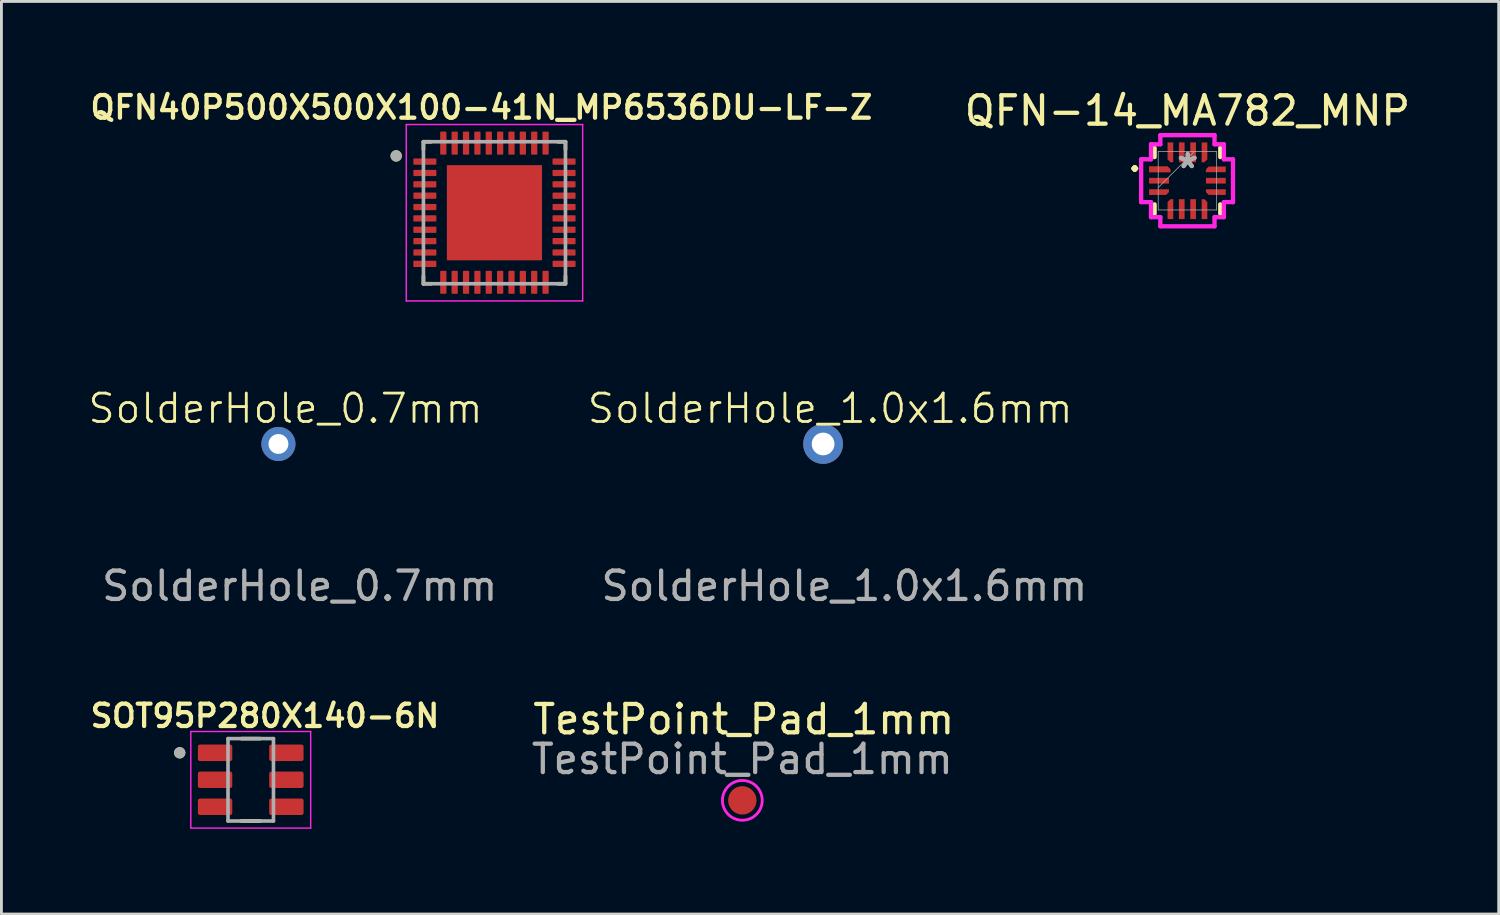
<source format=kicad_pcb>
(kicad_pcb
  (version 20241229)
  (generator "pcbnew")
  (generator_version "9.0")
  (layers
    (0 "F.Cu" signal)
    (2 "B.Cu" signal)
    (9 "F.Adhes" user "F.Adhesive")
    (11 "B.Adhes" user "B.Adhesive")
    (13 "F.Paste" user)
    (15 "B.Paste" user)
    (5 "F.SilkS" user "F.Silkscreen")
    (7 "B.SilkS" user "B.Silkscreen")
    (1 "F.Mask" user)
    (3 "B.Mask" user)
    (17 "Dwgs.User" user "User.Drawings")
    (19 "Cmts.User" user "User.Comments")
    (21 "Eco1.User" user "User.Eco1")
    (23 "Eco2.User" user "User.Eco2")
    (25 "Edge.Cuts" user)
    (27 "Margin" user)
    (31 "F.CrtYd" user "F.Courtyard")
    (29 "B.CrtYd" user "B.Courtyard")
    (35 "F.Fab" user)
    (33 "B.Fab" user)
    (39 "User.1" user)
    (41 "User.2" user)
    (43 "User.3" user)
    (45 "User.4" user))
  (footprint "QFN-14_MA782_MNP"
    (layer "F.Cu")
    (at 38.753 3.312)
    (property "Reference" "QFN-14_MA782_MNP" (at 0 -2.464 0) (unlocked yes) (layer "F.SilkS") (effects (font (size 1 1) (thickness 0.15))))
    (attr smd)
    (fp_poly (pts (xy -0.65 0.3) (xy -1.35 0.3) (xy -1.35 0.5) (xy -0.75 0.5) (xy -0.65 0.4)) (stroke (width 0) (type solid)) (fill yes) (layer "F.Cu"))
    (fp_poly (pts (xy -0.6 -0.3) (xy -1.35 -0.3) (xy -1.35 -0.5) (xy -0.7 -0.5) (xy -0.6 -0.4)) (stroke (width 0) (type solid)) (fill yes) (layer "F.Cu"))
    (fp_poly (pts (xy -0.6 -0.3) (xy -1.35 -0.3) (xy -1.35 -0.5) (xy -0.7 -0.5) (xy -0.6 -0.4)) (stroke (width 0) (type solid)) (fill yes) (layer "F.Cu"))
    (fp_poly (pts (xy -0.5 -0.65) (xy -0.5 -1.35) (xy -0.7 -1.35) (xy -0.7 -0.75) (xy -0.6 -0.65)) (stroke (width 0) (type solid)) (fill yes) (layer "F.Cu"))
    (fp_poly (pts (xy -0.5 0.65) (xy -0.5 1.35) (xy -0.7 1.35) (xy -0.7 0.75) (xy -0.6 0.65)) (stroke (width 0) (type solid)) (fill yes) (layer "F.Cu"))
    (fp_poly (pts (xy 0.5 -0.65) (xy 0.5 -1.35) (xy 0.7 -1.35) (xy 0.7 -0.75) (xy 0.6 -0.65)) (stroke (width 0) (type solid)) (fill yes) (layer "F.Cu"))
    (fp_poly (pts (xy 0.5 0.65) (xy 0.5 1.35) (xy 0.7 1.35) (xy 0.7 0.75) (xy 0.6 0.65)) (stroke (width 0) (type solid)) (fill yes) (layer "F.Cu"))
    (fp_poly (pts (xy 0.65 -0.3) (xy 1.35 -0.3) (xy 1.35 -0.5) (xy 0.75 -0.5) (xy 0.65 -0.4)) (stroke (width 0) (type solid)) (fill yes) (layer "F.Cu"))
    (fp_poly (pts (xy 0.65 0.3) (xy 1.35 0.3) (xy 1.35 0.5) (xy 0.75 0.5) (xy 0.65 0.4)) (stroke (width 0) (type solid)) (fill yes) (layer "F.Cu"))
    (fp_poly (pts (xy -0.65 0.3) (xy -1.35 0.3) (xy -1.35 0.5) (xy -0.75 0.5) (xy -0.65 0.4)) (stroke (width 0) (type solid)) (fill yes) (layer "F.Mask"))
    (fp_poly (pts (xy -0.6 -0.3) (xy -1.35 -0.3) (xy -1.35 -0.5) (xy -0.7 -0.5) (xy -0.6 -0.4)) (stroke (width 0) (type solid)) (fill yes) (layer "F.Mask"))
    (fp_poly (pts (xy -0.5 -0.65) (xy -0.5 -1.35) (xy -0.7 -1.35) (xy -0.7 -0.75) (xy -0.6 -0.65)) (stroke (width 0) (type solid)) (fill yes) (layer "F.Mask"))
    (fp_poly (pts (xy -0.5 0.65) (xy -0.5 1.35) (xy -0.7 1.35) (xy -0.7 0.75) (xy -0.6 0.65)) (stroke (width 0) (type solid)) (fill yes) (layer "F.Mask"))
    (fp_poly (pts (xy 0.5 -0.65) (xy 0.5 -1.35) (xy 0.7 -1.35) (xy 0.7 -0.75) (xy 0.6 -0.65)) (stroke (width 0) (type solid)) (fill yes) (layer "F.Mask"))
    (fp_poly (pts (xy 0.5 0.65) (xy 0.5 1.35) (xy 0.7 1.35) (xy 0.7 0.75) (xy 0.6 0.65)) (stroke (width 0) (type solid)) (fill yes) (layer "F.Mask"))
    (fp_poly (pts (xy 0.65 -0.3) (xy 1.35 -0.3) (xy 1.35 -0.5) (xy 0.75 -0.5) (xy 0.65 -0.4)) (stroke (width 0) (type solid)) (fill yes) (layer "F.Mask"))
    (fp_poly (pts (xy 0.65 0.3) (xy 1.35 0.3) (xy 1.35 0.5) (xy 0.75 0.5) (xy 0.65 0.4)) (stroke (width 0) (type solid)) (fill yes) (layer "F.Mask"))
    (fp_line (start -1.156 -1.156) (end -1.156 -0.833) (stroke (width 0.152) (type solid)) (layer "F.SilkS"))
    (fp_line (start -1.156 0.833) (end -1.156 1.156) (stroke (width 0.152) (type solid)) (layer "F.SilkS"))
    (fp_line (start 1.156 -0.833) (end 1.156 -1.156) (stroke (width 0.152) (type solid)) (layer "F.SilkS"))
    (fp_line (start 1.156 1.156) (end 1.156 0.833) (stroke (width 0.152) (type solid)) (layer "F.SilkS"))
    (fp_poly (pts (xy -0.65 0.3) (xy -1.35 0.3) (xy -1.35 0.5) (xy -0.75 0.5) (xy -0.65 0.4)) (stroke (width 0) (type solid)) (fill yes) (layer "F.Paste"))
    (fp_poly (pts (xy -0.6 -0.3) (xy -1.35 -0.3) (xy -1.35 -0.5) (xy -0.7 -0.5) (xy -0.6 -0.4)) (stroke (width 0) (type solid)) (fill yes) (layer "F.Paste"))
    (fp_poly (pts (xy -0.5 -0.65) (xy -0.5 -1.35) (xy -0.7 -1.35) (xy -0.7 -0.75) (xy -0.6 -0.65)) (stroke (width 0) (type solid)) (fill yes) (layer "F.Paste"))
    (fp_poly (pts (xy -0.5 0.65) (xy -0.5 1.35) (xy -0.7 1.35) (xy -0.7 0.75) (xy -0.6 0.65)) (stroke (width 0) (type solid)) (fill yes) (layer "F.Paste"))
    (fp_poly (pts (xy 0.5 -0.65) (xy 0.5 -1.35) (xy 0.7 -1.35) (xy 0.7 -0.75) (xy 0.6 -0.65)) (stroke (width 0) (type solid)) (fill yes) (layer "F.Paste"))
    (fp_poly (pts (xy 0.5 0.65) (xy 0.5 1.35) (xy 0.7 1.35) (xy 0.7 0.75) (xy 0.6 0.65)) (stroke (width 0) (type solid)) (fill yes) (layer "F.Paste"))
    (fp_poly (pts (xy 0.65 -0.3) (xy 1.35 -0.3) (xy 1.35 -0.5) (xy 0.75 -0.5) (xy 0.65 -0.4)) (stroke (width 0) (type solid)) (fill yes) (layer "F.Paste"))
    (fp_poly (pts (xy 0.65 0.3) (xy 1.35 0.3) (xy 1.35 0.5) (xy 0.75 0.5) (xy 0.65 0.4)) (stroke (width 0) (type solid)) (fill yes) (layer "F.Paste"))
    (fp_line (start -1.629 -0.754) (end -1.283 -0.754) (stroke (width 0.152) (type solid)) (layer "F.CrtYd"))
    (fp_line (start -1.629 0.754) (end -1.629 -0.754) (stroke (width 0.152) (type solid)) (layer "F.CrtYd"))
    (fp_line (start -1.283 -1.283) (end -0.954 -1.283) (stroke (width 0.152) (type solid)) (layer "F.CrtYd"))
    (fp_line (start -1.283 -0.754) (end -1.283 -1.283) (stroke (width 0.152) (type solid)) (layer "F.CrtYd"))
    (fp_line (start -1.283 0.754) (end -1.629 0.754) (stroke (width 0.152) (type solid)) (layer "F.CrtYd"))
    (fp_line (start -1.283 1.283) (end -1.283 0.754) (stroke (width 0.152) (type solid)) (layer "F.CrtYd"))
    (fp_line (start -0.954 -1.604) (end 0.954 -1.604) (stroke (width 0.152) (type solid)) (layer "F.CrtYd"))
    (fp_line (start -0.954 -1.283) (end -0.954 -1.604) (stroke (width 0.152) (type solid)) (layer "F.CrtYd"))
    (fp_line (start -0.954 1.283) (end -1.283 1.283) (stroke (width 0.152) (type solid)) (layer "F.CrtYd"))
    (fp_line (start -0.954 1.604) (end -0.954 1.283) (stroke (width 0.152) (type solid)) (layer "F.CrtYd"))
    (fp_line (start 0.954 -1.604) (end 0.954 -1.283) (stroke (width 0.152) (type solid)) (layer "F.CrtYd"))
    (fp_line (start 0.954 -1.283) (end 1.283 -1.283) (stroke (width 0.152) (type solid)) (layer "F.CrtYd"))
    (fp_line (start 0.954 1.283) (end 0.954 1.604) (stroke (width 0.152) (type solid)) (layer "F.CrtYd"))
    (fp_line (start 0.954 1.604) (end -0.954 1.604) (stroke (width 0.152) (type solid)) (layer "F.CrtYd"))
    (fp_line (start 1.283 -1.283) (end 1.283 -0.754) (stroke (width 0.152) (type solid)) (layer "F.CrtYd"))
    (fp_line (start 1.283 -0.754) (end 1.604 -0.754) (stroke (width 0.152) (type solid)) (layer "F.CrtYd"))
    (fp_line (start 1.283 0.754) (end 1.283 1.283) (stroke (width 0.152) (type solid)) (layer "F.CrtYd"))
    (fp_line (start 1.283 1.283) (end 0.954 1.283) (stroke (width 0.152) (type solid)) (layer "F.CrtYd"))
    (fp_line (start 1.604 -0.754) (end 1.604 0.754) (stroke (width 0.152) (type solid)) (layer "F.CrtYd"))
    (fp_line (start 1.604 0.754) (end 1.283 0.754) (stroke (width 0.152) (type solid)) (layer "F.CrtYd"))
    (fp_line (start -1.029 -1.029) (end -1.029 1.029) (stroke (width 0.025) (type solid)) (layer "F.Fab"))
    (fp_line (start -1.029 0.241) (end 0.241 -1.029) (stroke (width 0.025) (type solid)) (layer "F.Fab"))
    (fp_line (start -1.029 1.029) (end 1.029 1.029) (stroke (width 0.025) (type solid)) (layer "F.Fab"))
    (fp_line (start 1.029 -1.029) (end -1.029 -1.029) (stroke (width 0.025) (type solid)) (layer "F.Fab"))
    (fp_line (start 1.029 1.029) (end 1.029 -1.029) (stroke (width 0.025) (type solid)) (layer "F.Fab"))
    (fp_text user "." (at -1.854 -0.838 0) (layer "F.SilkS") (effects (font (size 1 1) (thickness 0.15))))
    (fp_text user "*" (at 0.01 -0.4 0) (unlocked yes) (layer "F.Fab") (effects (font (size 1 1) (thickness 0.15))))
    (fp_text user "*" (at 0.01 -0.4 0) (layer "F.Fab") (effects (font (size 1 1) (thickness 0.15))))
    (pad "1" smd rect (at -0.975 -0.4) (size 0.127 0.127) (layers "F.Cu" "F.Mask" "F.Paste"))
    (pad "2" smd rect (at -1 0) (size 0.7 0.2) (layers "F.Cu" "F.Mask" "F.Paste"))
    (pad "3" smd rect (at -1 0.4) (size 0.127 0.127) (layers "F.Cu" "F.Mask" "F.Paste"))
    (pad "4" smd rect (at -0.6 1 90) (size 0.127 0.127) (layers "F.Cu" "F.Mask" "F.Paste"))
    (pad "5" smd rect (at -0.2 1 90) (size 0.7 0.2) (layers "F.Cu" "F.Mask" "F.Paste"))
    (pad "6" smd rect (at 0.2 1 90) (size 0.7 0.2) (layers "F.Cu" "F.Mask" "F.Paste"))
    (pad "7" smd rect (at 0.6 1 90) (size 0.127 0.127) (layers "F.Cu" "F.Mask" "F.Paste"))
    (pad "8" smd rect (at 1 0.4) (size 0.127 0.127) (layers "F.Cu" "F.Mask" "F.Paste"))
    (pad "9" smd rect (at 1 0) (size 0.7 0.2) (layers "F.Cu" "F.Mask" "F.Paste"))
    (pad "10" smd rect (at 1 -0.4) (size 0.127 0.127) (layers "F.Cu" "F.Mask" "F.Paste"))
    (pad "11" smd rect (at 0.6 -1 90) (size 0.127 0.127) (layers "F.Cu" "F.Mask" "F.Paste"))
    (pad "12" smd rect (at 0.2 -1 90) (size 0.7 0.2) (layers "F.Cu" "F.Mask" "F.Paste"))
    (pad "13" smd rect (at -0.2 -1 90) (size 0.7 0.2) (layers "F.Cu" "F.Mask" "F.Paste"))
    (pad "14" smd rect (at -0.6 -1 90) (size 0.127 0.127) (layers "F.Cu" "F.Mask" "F.Paste")))
  (footprint "QFN40P500X500X100-41N_MP6536DU-LF-Z"
    (layer "F.Cu")
    (at 14.357 4.439)
    (property "Reference" "QFN40P500X500X100-41N_MP6536DU-LF-Z" (at -0.46 -3.708 0) (layer "F.SilkS") (effects (font (size 0.8 0.8) (thickness 0.15))))
    (attr smd)
    (fp_line (start -2.5 -2.5) (end -2.5 -2.23) (stroke (width 0.127) (type solid)) (layer "F.SilkS"))
    (fp_line (start -2.5 -2.5) (end -2.23 -2.5) (stroke (width 0.127) (type solid)) (layer "F.SilkS"))
    (fp_line (start -2.5 2.5) (end -2.5 2.23) (stroke (width 0.127) (type solid)) (layer "F.SilkS"))
    (fp_line (start -2.5 2.5) (end -2.23 2.5) (stroke (width 0.127) (type solid)) (layer "F.SilkS"))
    (fp_line (start 2.5 -2.5) (end 2.23 -2.5) (stroke (width 0.127) (type solid)) (layer "F.SilkS"))
    (fp_line (start 2.5 -2.5) (end 2.5 -2.23) (stroke (width 0.127) (type solid)) (layer "F.SilkS"))
    (fp_line (start 2.5 2.5) (end 2.23 2.5) (stroke (width 0.127) (type solid)) (layer "F.SilkS"))
    (fp_line (start 2.5 2.5) (end 2.5 2.23) (stroke (width 0.127) (type solid)) (layer "F.SilkS"))
    (fp_circle (center -3.46 -2) (end -3.36 -2) (stroke (width 0.2) (type solid)) (fill no) (layer "F.SilkS"))
    (fp_poly (pts (xy -1.06 -1.06) (xy 1.06 -1.06) (xy 1.06 1.06) (xy -1.06 1.06)) (stroke (width 0.01) (type solid)) (fill yes) (layer "F.Paste"))
    (fp_line (start -3.105 -3.105) (end 3.105 -3.105) (stroke (width 0.05) (type solid)) (layer "F.CrtYd"))
    (fp_line (start -3.105 3.105) (end -3.105 -3.105) (stroke (width 0.05) (type solid)) (layer "F.CrtYd"))
    (fp_line (start -3.105 3.105) (end 3.105 3.105) (stroke (width 0.05) (type solid)) (layer "F.CrtYd"))
    (fp_line (start 3.105 3.105) (end 3.105 -3.105) (stroke (width 0.05) (type solid)) (layer "F.CrtYd"))
    (fp_line (start -2.5 2.5) (end -2.5 -2.5) (stroke (width 0.127) (type solid)) (layer "F.Fab"))
    (fp_line (start 2.5 -2.5) (end -2.5 -2.5) (stroke (width 0.127) (type solid)) (layer "F.Fab"))
    (fp_line (start 2.5 2.5) (end -2.5 2.5) (stroke (width 0.127) (type solid)) (layer "F.Fab"))
    (fp_line (start 2.5 2.5) (end 2.5 -2.5) (stroke (width 0.127) (type solid)) (layer "F.Fab"))
    (fp_circle (center -3.46 -2) (end -3.36 -2) (stroke (width 0.2) (type solid)) (fill no) (layer "F.Fab"))
    (pad "1" smd roundrect (at -2.45 -1.8) (size 0.81 0.22) (layers "F.Cu" "F.Mask" "F.Paste") (roundrect_rratio 0.125))
    (pad "2" smd roundrect (at -2.45 -1.4) (size 0.81 0.22) (layers "F.Cu" "F.Mask" "F.Paste") (roundrect_rratio 0.125))
    (pad "3" smd roundrect (at -2.45 -1) (size 0.81 0.22) (layers "F.Cu" "F.Mask" "F.Paste") (roundrect_rratio 0.125))
    (pad "4" smd roundrect (at -2.45 -0.6) (size 0.81 0.22) (layers "F.Cu" "F.Mask" "F.Paste") (roundrect_rratio 0.125))
    (pad "5" smd roundrect (at -2.45 -0.2) (size 0.81 0.22) (layers "F.Cu" "F.Mask" "F.Paste") (roundrect_rratio 0.125))
    (pad "6" smd roundrect (at -2.45 0.2) (size 0.81 0.22) (layers "F.Cu" "F.Mask" "F.Paste") (roundrect_rratio 0.125))
    (pad "7" smd roundrect (at -2.45 0.6) (size 0.81 0.22) (layers "F.Cu" "F.Mask" "F.Paste") (roundrect_rratio 0.125))
    (pad "8" smd roundrect (at -2.45 1) (size 0.81 0.22) (layers "F.Cu" "F.Mask" "F.Paste") (roundrect_rratio 0.125))
    (pad "9" smd roundrect (at -2.45 1.4) (size 0.81 0.22) (layers "F.Cu" "F.Mask" "F.Paste") (roundrect_rratio 0.125))
    (pad "10" smd roundrect (at -2.45 1.8) (size 0.81 0.22) (layers "F.Cu" "F.Mask" "F.Paste") (roundrect_rratio 0.125))
    (pad "11" smd roundrect (at -1.8 2.45) (size 0.22 0.81) (layers "F.Cu" "F.Mask" "F.Paste") (roundrect_rratio 0.125))
    (pad "12" smd roundrect (at -1.4 2.45) (size 0.22 0.81) (layers "F.Cu" "F.Mask" "F.Paste") (roundrect_rratio 0.125))
    (pad "13" smd roundrect (at -1 2.45) (size 0.22 0.81) (layers "F.Cu" "F.Mask" "F.Paste") (roundrect_rratio 0.125))
    (pad "14" smd roundrect (at -0.6 2.45) (size 0.22 0.81) (layers "F.Cu" "F.Mask" "F.Paste") (roundrect_rratio 0.125))
    (pad "15" smd roundrect (at -0.2 2.45) (size 0.22 0.81) (layers "F.Cu" "F.Mask" "F.Paste") (roundrect_rratio 0.125))
    (pad "16" smd roundrect (at 0.2 2.45) (size 0.22 0.81) (layers "F.Cu" "F.Mask" "F.Paste") (roundrect_rratio 0.125))
    (pad "17" smd roundrect (at 0.6 2.45) (size 0.22 0.81) (layers "F.Cu" "F.Mask" "F.Paste") (roundrect_rratio 0.125))
    (pad "18" smd roundrect (at 1 2.45) (size 0.22 0.81) (layers "F.Cu" "F.Mask" "F.Paste") (roundrect_rratio 0.125))
    (pad "19" smd roundrect (at 1.4 2.45) (size 0.22 0.81) (layers "F.Cu" "F.Mask" "F.Paste") (roundrect_rratio 0.125))
    (pad "20" smd roundrect (at 1.8 2.45) (size 0.22 0.81) (layers "F.Cu" "F.Mask" "F.Paste") (roundrect_rratio 0.125))
    (pad "21" smd roundrect (at 2.45 1.8) (size 0.81 0.22) (layers "F.Cu" "F.Mask" "F.Paste") (roundrect_rratio 0.125))
    (pad "22" smd roundrect (at 2.45 1.4) (size 0.81 0.22) (layers "F.Cu" "F.Mask" "F.Paste") (roundrect_rratio 0.125))
    (pad "23" smd roundrect (at 2.45 1) (size 0.81 0.22) (layers "F.Cu" "F.Mask" "F.Paste") (roundrect_rratio 0.125))
    (pad "24" smd roundrect (at 2.45 0.6) (size 0.81 0.22) (layers "F.Cu" "F.Mask" "F.Paste") (roundrect_rratio 0.125))
    (pad "25" smd roundrect (at 2.45 0.2) (size 0.81 0.22) (layers "F.Cu" "F.Mask" "F.Paste") (roundrect_rratio 0.125))
    (pad "26" smd roundrect (at 2.45 -0.2) (size 0.81 0.22) (layers "F.Cu" "F.Mask" "F.Paste") (roundrect_rratio 0.125))
    (pad "27" smd roundrect (at 2.45 -0.6) (size 0.81 0.22) (layers "F.Cu" "F.Mask" "F.Paste") (roundrect_rratio 0.125))
    (pad "28" smd roundrect (at 2.45 -1) (size 0.81 0.22) (layers "F.Cu" "F.Mask" "F.Paste") (roundrect_rratio 0.125))
    (pad "29" smd roundrect (at 2.45 -1.4) (size 0.81 0.22) (layers "F.Cu" "F.Mask" "F.Paste") (roundrect_rratio 0.125))
    (pad "30" smd roundrect (at 2.45 -1.8) (size 0.81 0.22) (layers "F.Cu" "F.Mask" "F.Paste") (roundrect_rratio 0.125))
    (pad "31" smd roundrect (at 1.8 -2.45) (size 0.22 0.81) (layers "F.Cu" "F.Mask" "F.Paste") (roundrect_rratio 0.125))
    (pad "32" smd roundrect (at 1.4 -2.45) (size 0.22 0.81) (layers "F.Cu" "F.Mask" "F.Paste") (roundrect_rratio 0.125))
    (pad "33" smd roundrect (at 1 -2.45) (size 0.22 0.81) (layers "F.Cu" "F.Mask" "F.Paste") (roundrect_rratio 0.125))
    (pad "34" smd roundrect (at 0.6 -2.45) (size 0.22 0.81) (layers "F.Cu" "F.Mask" "F.Paste") (roundrect_rratio 0.125))
    (pad "35" smd roundrect (at 0.2 -2.45) (size 0.22 0.81) (layers "F.Cu" "F.Mask" "F.Paste") (roundrect_rratio 0.125))
    (pad "36" smd roundrect (at -0.2 -2.45) (size 0.22 0.81) (layers "F.Cu" "F.Mask" "F.Paste") (roundrect_rratio 0.125))
    (pad "37" smd roundrect (at -0.6 -2.45) (size 0.22 0.81) (layers "F.Cu" "F.Mask" "F.Paste") (roundrect_rratio 0.125))
    (pad "38" smd roundrect (at -1 -2.45) (size 0.22 0.81) (layers "F.Cu" "F.Mask" "F.Paste") (roundrect_rratio 0.125))
    (pad "39" smd roundrect (at -1.4 -2.45) (size 0.22 0.81) (layers "F.Cu" "F.Mask" "F.Paste") (roundrect_rratio 0.125))
    (pad "40" smd roundrect (at -1.8 -2.45) (size 0.22 0.81) (layers "F.Cu" "F.Mask" "F.Paste") (roundrect_rratio 0.125))
    (pad "41" smd rect (at 0 0) (size 3.35 3.35) (layers "F.Cu" "F.Mask")))
  (footprint "SOT95P280X140-6N"
    (layer "F.Cu")
    (at 5.777 24.402)
    (property "Reference" "SOT95P280X140-6N" (at 0.5 -2.25 0) (layer "F.SilkS") (effects (font (size 0.787 0.787) (thickness 0.15))))
    (attr smd)
    (fp_line (start 0.33 -1.45) (end -0.33 -1.45) (stroke (width 0.127) (type solid)) (layer "F.SilkS"))
    (fp_line (start 0.33 1.45) (end -0.33 1.45) (stroke (width 0.127) (type solid)) (layer "F.SilkS"))
    (fp_circle (center -2.5 -0.95) (end -2.4 -0.95) (stroke (width 0.2) (type solid)) (fill no) (layer "F.SilkS"))
    (fp_line (start -2.11 -1.7) (end -2.11 1.7) (stroke (width 0.05) (type solid)) (layer "F.CrtYd"))
    (fp_line (start -2.11 1.7) (end 2.11 1.7) (stroke (width 0.05) (type solid)) (layer "F.CrtYd"))
    (fp_line (start 2.11 -1.7) (end -2.11 -1.7) (stroke (width 0.05) (type solid)) (layer "F.CrtYd"))
    (fp_line (start 2.11 1.7) (end 2.11 -1.7) (stroke (width 0.05) (type solid)) (layer "F.CrtYd"))
    (fp_line (start -0.8 -1.45) (end 0.8 -1.45) (stroke (width 0.127) (type solid)) (layer "F.Fab"))
    (fp_line (start -0.8 1.45) (end -0.8 -1.45) (stroke (width 0.127) (type solid)) (layer "F.Fab"))
    (fp_line (start 0.8 -1.45) (end 0.8 1.45) (stroke (width 0.127) (type solid)) (layer "F.Fab"))
    (fp_line (start 0.8 1.45) (end -0.8 1.45) (stroke (width 0.127) (type solid)) (layer "F.Fab"))
    (fp_circle (center -2.5 -0.95) (end -2.4 -0.95) (stroke (width 0.2) (type solid)) (fill no) (layer "F.Fab"))
    (pad "1" smd roundrect (at -1.255 -0.95) (size 1.21 0.58) (layers "F.Cu" "F.Mask" "F.Paste") (roundrect_rratio 0.125))
    (pad "2" smd roundrect (at -1.255 0) (size 1.21 0.58) (layers "F.Cu" "F.Mask" "F.Paste") (roundrect_rratio 0.125))
    (pad "3" smd roundrect (at -1.255 0.95) (size 1.21 0.58) (layers "F.Cu" "F.Mask" "F.Paste") (roundrect_rratio 0.125))
    (pad "4" smd roundrect (at 1.255 0.95) (size 1.21 0.58) (layers "F.Cu" "F.Mask" "F.Paste") (roundrect_rratio 0.125))
    (pad "5" smd roundrect (at 1.255 0) (size 1.21 0.58) (layers "F.Cu" "F.Mask" "F.Paste") (roundrect_rratio 0.125))
    (pad "6" smd roundrect (at 1.255 -0.95) (size 1.21 0.58) (layers "F.Cu" "F.Mask" "F.Paste") (roundrect_rratio 0.125)))
  (footprint "SolderHole_0.7mm"
    (layer "F.Cu")
    (at 6.752 12.58)
    (property "Reference" "SolderHole_0.7mm" (at 0.25 -1.25 0) (unlocked yes) (layer "F.SilkS") (effects (font (size 1 1) (thickness 0.1))))
    (attr through_hole)
    (fp_text user "${REFERENCE}" (at 0.75 5 0) (unlocked yes) (layer "F.Fab") (effects (font (size 1 1) (thickness 0.15))))
    (pad "1" thru_hole circle (at 0 0) (size 1.2 1.2) (drill 0.7) (layers "*.Cu" "*.Mask")))
  (footprint "TestPoint_Pad_1mm"
    (layer "F.Cu")
    (at 23.083 25.126)
    (property "Reference" "TestPoint_Pad_1mm" (at 0.05 -2.85 0) (layer "F.SilkS") (effects (font (size 1 1) (thickness 0.15))))
    (attr exclude_from_pos_files exclude_from_bom)
    (fp_circle (center 0 0) (end 0.7 0) (stroke (width 0.1) (type default)) (fill no) (layer "F.CrtYd"))
    (fp_text user "${REFERENCE}" (at 0 -1.45 0) (layer "F.Fab") (effects (font (size 1 1) (thickness 0.15))))
    (pad "1" smd circle (at 0 0) (size 1 1) (layers "F.Cu" "F.Mask")))
  (footprint "SolderHole_1.0x1.6mm"
    (layer "F.Cu")
    (at 25.927 12.58)
    (property "Reference" "SolderHole_1.0x1.6mm" (at 0.25 -1.25 0) (unlocked yes) (layer "F.SilkS") (effects (font (size 1 1) (thickness 0.1))))
    (attr through_hole)
    (fp_text user "${REFERENCE}" (at 0.75 5 0) (unlocked yes) (layer "F.Fab") (effects (font (size 1 1) (thickness 0.15))))
    (pad "1" thru_hole circle (at 0 0) (size 1.4 1.4) (drill 0.8) (layers "*.Cu" "*.Mask")))
  (gr_rect
    (start -3 -3)
    (end 49.711 29.127)
    (stroke (width 0.1) (type default))
    (fill no)
    (layer "Edge.Cuts")))
</source>
